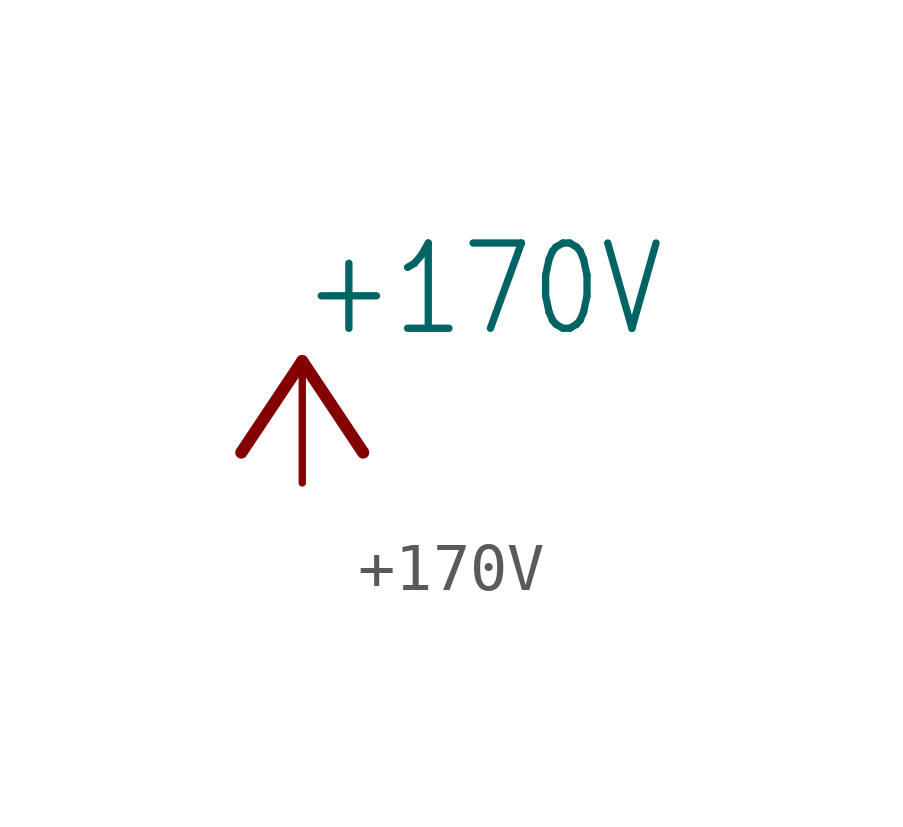
<source format=kicad_sym>
(kicad_symbol_lib
  (version 20211014)
  (generator kicad_symbol_editor)
  (symbol "+170V"
    (power)
    (property "Reference" "#P+"
      (at 0 0 0)
      (effects (font (size 1.27 1.27)) hide))
    (property "Value" "+170V"
      (at 7.62 2.54 0)
      (effects (font (size 1.778 1.511)) (justify right top)))
    (property "ki_locked" ""
      (at 0 0 0)
      (effects (font (size 1.27 1.27))))
    (symbol "+170V_1_0"
      (polyline (pts (xy 0 0) (xy -1.27 -1.905)) (stroke (width 0.254) (type default) (color 0 0 0 0)) (fill (type none)))
      (polyline (pts (xy 1.27 -1.905) (xy 0 0)) (stroke (width 0.254) (type default) (color 0 0 0 0)) (fill (type none)))
      (pin power_in line (at 0 -2.54 90) (length 2.54) (name "+170V" (effects (font (size 0 0)))) (number "1" (effects (font (size 0 0))))))))
</source>
